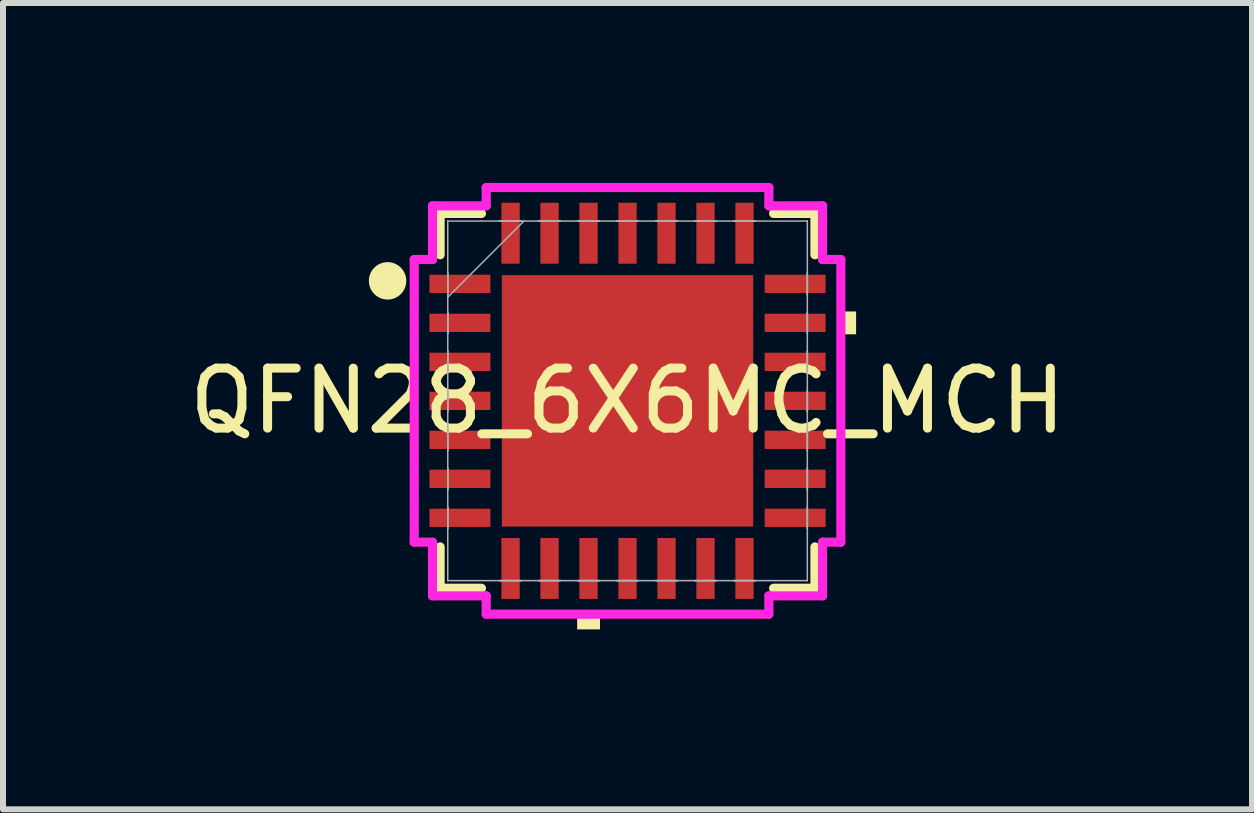
<source format=kicad_pcb>
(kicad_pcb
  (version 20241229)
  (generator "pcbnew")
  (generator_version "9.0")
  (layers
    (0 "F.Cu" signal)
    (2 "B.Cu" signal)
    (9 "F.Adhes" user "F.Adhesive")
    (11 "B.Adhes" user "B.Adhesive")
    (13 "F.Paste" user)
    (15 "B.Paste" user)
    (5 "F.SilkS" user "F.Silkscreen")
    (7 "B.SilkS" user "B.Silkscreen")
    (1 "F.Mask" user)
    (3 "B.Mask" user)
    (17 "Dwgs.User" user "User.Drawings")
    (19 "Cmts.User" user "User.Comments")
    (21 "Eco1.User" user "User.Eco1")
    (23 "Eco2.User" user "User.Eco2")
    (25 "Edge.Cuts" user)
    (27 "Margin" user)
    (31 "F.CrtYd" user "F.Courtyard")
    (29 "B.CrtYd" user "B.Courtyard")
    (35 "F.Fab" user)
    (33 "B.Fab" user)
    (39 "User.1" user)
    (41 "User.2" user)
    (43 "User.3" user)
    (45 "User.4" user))
  (footprint "QFN28_6X6MC_MCH"
    (layer "F.Cu")
    (at 7.411 3.632)
    (property "Reference" "QFN28_6X6MC_MCH" (at 0 0 0) (unlocked yes) (layer "F.SilkS") (effects (font (size 1 1) (thickness 0.15))))
    (attr smd)
    (fp_line (start -3.124 -3.124) (end -3.124 -2.435) (stroke (width 0.152) (type solid)) (layer "F.SilkS"))
    (fp_line (start -3.124 2.435) (end -3.124 3.124) (stroke (width 0.152) (type solid)) (layer "F.SilkS"))
    (fp_line (start -3.124 3.124) (end -2.435 3.124) (stroke (width 0.152) (type solid)) (layer "F.SilkS"))
    (fp_line (start -2.435 -3.124) (end -3.124 -3.124) (stroke (width 0.152) (type solid)) (layer "F.SilkS"))
    (fp_line (start 2.435 3.124) (end 3.124 3.124) (stroke (width 0.152) (type solid)) (layer "F.SilkS"))
    (fp_line (start 3.124 -3.124) (end 2.435 -3.124) (stroke (width 0.152) (type solid)) (layer "F.SilkS"))
    (fp_line (start 3.124 -2.435) (end 3.124 -3.124) (stroke (width 0.152) (type solid)) (layer "F.SilkS"))
    (fp_line (start 3.124 3.124) (end 3.124 2.435) (stroke (width 0.152) (type solid)) (layer "F.SilkS"))
    (fp_circle (center -4 -2) (end -3.738 -2) (stroke (width 0.1) (type solid)) (fill yes) (layer "F.SilkS"))
    (fp_poly (pts (xy -0.84 3.556) (xy -0.84 3.81) (xy -0.459 3.81) (xy -0.459 3.556)) (stroke (width 0) (type solid)) (fill yes) (layer "F.SilkS"))
    (fp_poly (pts (xy 3.81 -1.49) (xy 3.81 -1.109) (xy 3.556 -1.109) (xy 3.556 -1.49)) (stroke (width 0) (type solid)) (fill yes) (layer "F.SilkS"))
    (fp_poly (pts (xy -1.996 -1.996) (xy -1.996 -0.798) (xy -0.798 -0.798) (xy -0.798 -1.996)) (stroke (width 0) (type solid)) (fill yes) (layer "F.Paste"))
    (fp_poly (pts (xy -1.996 -0.599) (xy -1.996 0.599) (xy -0.798 0.599) (xy -0.798 -0.599)) (stroke (width 0) (type solid)) (fill yes) (layer "F.Paste"))
    (fp_poly (pts (xy -1.996 0.798) (xy -1.996 1.996) (xy -0.798 1.996) (xy -0.798 0.798)) (stroke (width 0) (type solid)) (fill yes) (layer "F.Paste"))
    (fp_poly (pts (xy -0.599 -1.996) (xy -0.599 -0.798) (xy 0.599 -0.798) (xy 0.599 -1.996)) (stroke (width 0) (type solid)) (fill yes) (layer "F.Paste"))
    (fp_poly (pts (xy -0.599 -0.599) (xy -0.599 0.599) (xy 0.599 0.599) (xy 0.599 -0.599)) (stroke (width 0) (type solid)) (fill yes) (layer "F.Paste"))
    (fp_poly (pts (xy -0.599 0.798) (xy -0.599 1.996) (xy 0.599 1.996) (xy 0.599 0.798)) (stroke (width 0) (type solid)) (fill yes) (layer "F.Paste"))
    (fp_poly (pts (xy 0.798 -1.996) (xy 0.798 -0.798) (xy 1.996 -0.798) (xy 1.996 -1.996)) (stroke (width 0) (type solid)) (fill yes) (layer "F.Paste"))
    (fp_poly (pts (xy 0.798 -0.599) (xy 0.798 0.599) (xy 1.996 0.599) (xy 1.996 -0.599)) (stroke (width 0) (type solid)) (fill yes) (layer "F.Paste"))
    (fp_poly (pts (xy 0.798 0.798) (xy 0.798 1.996) (xy 1.996 1.996) (xy 1.996 0.798)) (stroke (width 0) (type solid)) (fill yes) (layer "F.Paste"))
    (fp_line (start -3.556 -2.356) (end -3.251 -2.356) (stroke (width 0.152) (type solid)) (layer "F.CrtYd"))
    (fp_line (start -3.556 2.356) (end -3.556 -2.356) (stroke (width 0.152) (type solid)) (layer "F.CrtYd"))
    (fp_line (start -3.251 -3.251) (end -2.356 -3.251) (stroke (width 0.152) (type solid)) (layer "F.CrtYd"))
    (fp_line (start -3.251 -2.356) (end -3.251 -3.251) (stroke (width 0.152) (type solid)) (layer "F.CrtYd"))
    (fp_line (start -3.251 2.356) (end -3.556 2.356) (stroke (width 0.152) (type solid)) (layer "F.CrtYd"))
    (fp_line (start -3.251 3.251) (end -3.251 2.356) (stroke (width 0.152) (type solid)) (layer "F.CrtYd"))
    (fp_line (start -2.356 -3.556) (end 2.356 -3.556) (stroke (width 0.152) (type solid)) (layer "F.CrtYd"))
    (fp_line (start -2.356 -3.251) (end -2.356 -3.556) (stroke (width 0.152) (type solid)) (layer "F.CrtYd"))
    (fp_line (start -2.356 3.251) (end -3.251 3.251) (stroke (width 0.152) (type solid)) (layer "F.CrtYd"))
    (fp_line (start -2.356 3.556) (end -2.356 3.251) (stroke (width 0.152) (type solid)) (layer "F.CrtYd"))
    (fp_line (start 2.356 -3.556) (end 2.356 -3.251) (stroke (width 0.152) (type solid)) (layer "F.CrtYd"))
    (fp_line (start 2.356 -3.251) (end 3.251 -3.251) (stroke (width 0.152) (type solid)) (layer "F.CrtYd"))
    (fp_line (start 2.356 3.251) (end 2.356 3.556) (stroke (width 0.152) (type solid)) (layer "F.CrtYd"))
    (fp_line (start 2.356 3.556) (end -2.356 3.556) (stroke (width 0.152) (type solid)) (layer "F.CrtYd"))
    (fp_line (start 3.251 -3.251) (end 3.251 -2.356) (stroke (width 0.152) (type solid)) (layer "F.CrtYd"))
    (fp_line (start 3.251 -2.356) (end 3.556 -2.356) (stroke (width 0.152) (type solid)) (layer "F.CrtYd"))
    (fp_line (start 3.251 2.356) (end 3.251 3.251) (stroke (width 0.152) (type solid)) (layer "F.CrtYd"))
    (fp_line (start 3.251 3.251) (end 2.356 3.251) (stroke (width 0.152) (type solid)) (layer "F.CrtYd"))
    (fp_line (start 3.556 -2.356) (end 3.556 2.356) (stroke (width 0.152) (type solid)) (layer "F.CrtYd"))
    (fp_line (start 3.556 2.356) (end 3.251 2.356) (stroke (width 0.152) (type solid)) (layer "F.CrtYd"))
    (fp_line (start -2.997 -2.997) (end -2.997 -2.997) (stroke (width 0.025) (type solid)) (layer "F.Fab"))
    (fp_line (start -2.997 -2.997) (end -2.997 2.997) (stroke (width 0.025) (type solid)) (layer "F.Fab"))
    (fp_line (start -2.997 -2.128) (end -2.997 -2.128) (stroke (width 0.025) (type solid)) (layer "F.Fab"))
    (fp_line (start -2.997 -2.128) (end -2.997 -1.772) (stroke (width 0.025) (type solid)) (layer "F.Fab"))
    (fp_line (start -2.997 -1.772) (end -2.997 -2.128) (stroke (width 0.025) (type solid)) (layer "F.Fab"))
    (fp_line (start -2.997 -1.772) (end -2.997 -1.772) (stroke (width 0.025) (type solid)) (layer "F.Fab"))
    (fp_line (start -2.997 -1.727) (end -1.727 -2.997) (stroke (width 0.025) (type solid)) (layer "F.Fab"))
    (fp_line (start -2.997 -1.478) (end -2.997 -1.478) (stroke (width 0.025) (type solid)) (layer "F.Fab"))
    (fp_line (start -2.997 -1.478) (end -2.997 -1.122) (stroke (width 0.025) (type solid)) (layer "F.Fab"))
    (fp_line (start -2.997 -1.122) (end -2.997 -1.478) (stroke (width 0.025) (type solid)) (layer "F.Fab"))
    (fp_line (start -2.997 -1.122) (end -2.997 -1.122) (stroke (width 0.025) (type solid)) (layer "F.Fab"))
    (fp_line (start -2.997 -0.828) (end -2.997 -0.828) (stroke (width 0.025) (type solid)) (layer "F.Fab"))
    (fp_line (start -2.997 -0.828) (end -2.997 -0.472) (stroke (width 0.025) (type solid)) (layer "F.Fab"))
    (fp_line (start -2.997 -0.472) (end -2.997 -0.828) (stroke (width 0.025) (type solid)) (layer "F.Fab"))
    (fp_line (start -2.997 -0.472) (end -2.997 -0.472) (stroke (width 0.025) (type solid)) (layer "F.Fab"))
    (fp_line (start -2.997 -0.178) (end -2.997 -0.178) (stroke (width 0.025) (type solid)) (layer "F.Fab"))
    (fp_line (start -2.997 -0.178) (end -2.997 0.178) (stroke (width 0.025) (type solid)) (layer "F.Fab"))
    (fp_line (start -2.997 0.178) (end -2.997 -0.178) (stroke (width 0.025) (type solid)) (layer "F.Fab"))
    (fp_line (start -2.997 0.178) (end -2.997 0.178) (stroke (width 0.025) (type solid)) (layer "F.Fab"))
    (fp_line (start -2.997 0.472) (end -2.997 0.472) (stroke (width 0.025) (type solid)) (layer "F.Fab"))
    (fp_line (start -2.997 0.472) (end -2.997 0.828) (stroke (width 0.025) (type solid)) (layer "F.Fab"))
    (fp_line (start -2.997 0.828) (end -2.997 0.472) (stroke (width 0.025) (type solid)) (layer "F.Fab"))
    (fp_line (start -2.997 0.828) (end -2.997 0.828) (stroke (width 0.025) (type solid)) (layer "F.Fab"))
    (fp_line (start -2.997 1.122) (end -2.997 1.122) (stroke (width 0.025) (type solid)) (layer "F.Fab"))
    (fp_line (start -2.997 1.122) (end -2.997 1.478) (stroke (width 0.025) (type solid)) (layer "F.Fab"))
    (fp_line (start -2.997 1.478) (end -2.997 1.122) (stroke (width 0.025) (type solid)) (layer "F.Fab"))
    (fp_line (start -2.997 1.478) (end -2.997 1.478) (stroke (width 0.025) (type solid)) (layer "F.Fab"))
    (fp_line (start -2.997 1.772) (end -2.997 1.772) (stroke (width 0.025) (type solid)) (layer "F.Fab"))
    (fp_line (start -2.997 1.772) (end -2.997 2.128) (stroke (width 0.025) (type solid)) (layer "F.Fab"))
    (fp_line (start -2.997 2.128) (end -2.997 1.772) (stroke (width 0.025) (type solid)) (layer "F.Fab"))
    (fp_line (start -2.997 2.128) (end -2.997 2.128) (stroke (width 0.025) (type solid)) (layer "F.Fab"))
    (fp_line (start -2.997 2.997) (end -2.997 2.997) (stroke (width 0.025) (type solid)) (layer "F.Fab"))
    (fp_line (start -2.997 2.997) (end 2.997 2.997) (stroke (width 0.025) (type solid)) (layer "F.Fab"))
    (fp_line (start -2.128 -2.997) (end -2.128 -2.997) (stroke (width 0.025) (type solid)) (layer "F.Fab"))
    (fp_line (start -2.128 -2.997) (end -1.772 -2.997) (stroke (width 0.025) (type solid)) (layer "F.Fab"))
    (fp_line (start -2.128 2.997) (end -2.128 2.997) (stroke (width 0.025) (type solid)) (layer "F.Fab"))
    (fp_line (start -2.128 2.997) (end -1.772 2.997) (stroke (width 0.025) (type solid)) (layer "F.Fab"))
    (fp_line (start -1.772 -2.997) (end -2.128 -2.997) (stroke (width 0.025) (type solid)) (layer "F.Fab"))
    (fp_line (start -1.772 -2.997) (end -1.772 -2.997) (stroke (width 0.025) (type solid)) (layer "F.Fab"))
    (fp_line (start -1.772 2.997) (end -2.128 2.997) (stroke (width 0.025) (type solid)) (layer "F.Fab"))
    (fp_line (start -1.772 2.997) (end -1.772 2.997) (stroke (width 0.025) (type solid)) (layer "F.Fab"))
    (fp_line (start -1.478 -2.997) (end -1.478 -2.997) (stroke (width 0.025) (type solid)) (layer "F.Fab"))
    (fp_line (start -1.478 -2.997) (end -1.122 -2.997) (stroke (width 0.025) (type solid)) (layer "F.Fab"))
    (fp_line (start -1.478 2.997) (end -1.478 2.997) (stroke (width 0.025) (type solid)) (layer "F.Fab"))
    (fp_line (start -1.478 2.997) (end -1.122 2.997) (stroke (width 0.025) (type solid)) (layer "F.Fab"))
    (fp_line (start -1.122 -2.997) (end -1.478 -2.997) (stroke (width 0.025) (type solid)) (layer "F.Fab"))
    (fp_line (start -1.122 -2.997) (end -1.122 -2.997) (stroke (width 0.025) (type solid)) (layer "F.Fab"))
    (fp_line (start -1.122 2.997) (end -1.478 2.997) (stroke (width 0.025) (type solid)) (layer "F.Fab"))
    (fp_line (start -1.122 2.997) (end -1.122 2.997) (stroke (width 0.025) (type solid)) (layer "F.Fab"))
    (fp_line (start -0.828 -2.997) (end -0.828 -2.997) (stroke (width 0.025) (type solid)) (layer "F.Fab"))
    (fp_line (start -0.828 -2.997) (end -0.472 -2.997) (stroke (width 0.025) (type solid)) (layer "F.Fab"))
    (fp_line (start -0.828 2.997) (end -0.828 2.997) (stroke (width 0.025) (type solid)) (layer "F.Fab"))
    (fp_line (start -0.828 2.997) (end -0.472 2.997) (stroke (width 0.025) (type solid)) (layer "F.Fab"))
    (fp_line (start -0.472 -2.997) (end -0.828 -2.997) (stroke (width 0.025) (type solid)) (layer "F.Fab"))
    (fp_line (start -0.472 -2.997) (end -0.472 -2.997) (stroke (width 0.025) (type solid)) (layer "F.Fab"))
    (fp_line (start -0.472 2.997) (end -0.828 2.997) (stroke (width 0.025) (type solid)) (layer "F.Fab"))
    (fp_line (start -0.472 2.997) (end -0.472 2.997) (stroke (width 0.025) (type solid)) (layer "F.Fab"))
    (fp_line (start -0.178 -2.997) (end -0.178 -2.997) (stroke (width 0.025) (type solid)) (layer "F.Fab"))
    (fp_line (start -0.178 -2.997) (end 0.178 -2.997) (stroke (width 0.025) (type solid)) (layer "F.Fab"))
    (fp_line (start -0.178 2.997) (end -0.178 2.997) (stroke (width 0.025) (type solid)) (layer "F.Fab"))
    (fp_line (start -0.178 2.997) (end 0.178 2.997) (stroke (width 0.025) (type solid)) (layer "F.Fab"))
    (fp_line (start 0.178 -2.997) (end -0.178 -2.997) (stroke (width 0.025) (type solid)) (layer "F.Fab"))
    (fp_line (start 0.178 -2.997) (end 0.178 -2.997) (stroke (width 0.025) (type solid)) (layer "F.Fab"))
    (fp_line (start 0.178 2.997) (end -0.178 2.997) (stroke (width 0.025) (type solid)) (layer "F.Fab"))
    (fp_line (start 0.178 2.997) (end 0.178 2.997) (stroke (width 0.025) (type solid)) (layer "F.Fab"))
    (fp_line (start 0.472 -2.997) (end 0.472 -2.997) (stroke (width 0.025) (type solid)) (layer "F.Fab"))
    (fp_line (start 0.472 -2.997) (end 0.828 -2.997) (stroke (width 0.025) (type solid)) (layer "F.Fab"))
    (fp_line (start 0.472 2.997) (end 0.472 2.997) (stroke (width 0.025) (type solid)) (layer "F.Fab"))
    (fp_line (start 0.472 2.997) (end 0.828 2.997) (stroke (width 0.025) (type solid)) (layer "F.Fab"))
    (fp_line (start 0.828 -2.997) (end 0.472 -2.997) (stroke (width 0.025) (type solid)) (layer "F.Fab"))
    (fp_line (start 0.828 -2.997) (end 0.828 -2.997) (stroke (width 0.025) (type solid)) (layer "F.Fab"))
    (fp_line (start 0.828 2.997) (end 0.472 2.997) (stroke (width 0.025) (type solid)) (layer "F.Fab"))
    (fp_line (start 0.828 2.997) (end 0.828 2.997) (stroke (width 0.025) (type solid)) (layer "F.Fab"))
    (fp_line (start 1.122 -2.997) (end 1.122 -2.997) (stroke (width 0.025) (type solid)) (layer "F.Fab"))
    (fp_line (start 1.122 -2.997) (end 1.478 -2.997) (stroke (width 0.025) (type solid)) (layer "F.Fab"))
    (fp_line (start 1.122 2.997) (end 1.122 2.997) (stroke (width 0.025) (type solid)) (layer "F.Fab"))
    (fp_line (start 1.122 2.997) (end 1.478 2.997) (stroke (width 0.025) (type solid)) (layer "F.Fab"))
    (fp_line (start 1.478 -2.997) (end 1.122 -2.997) (stroke (width 0.025) (type solid)) (layer "F.Fab"))
    (fp_line (start 1.478 -2.997) (end 1.478 -2.997) (stroke (width 0.025) (type solid)) (layer "F.Fab"))
    (fp_line (start 1.478 2.997) (end 1.122 2.997) (stroke (width 0.025) (type solid)) (layer "F.Fab"))
    (fp_line (start 1.478 2.997) (end 1.478 2.997) (stroke (width 0.025) (type solid)) (layer "F.Fab"))
    (fp_line (start 1.772 -2.997) (end 1.772 -2.997) (stroke (width 0.025) (type solid)) (layer "F.Fab"))
    (fp_line (start 1.772 -2.997) (end 2.128 -2.997) (stroke (width 0.025) (type solid)) (layer "F.Fab"))
    (fp_line (start 1.772 2.997) (end 1.772 2.997) (stroke (width 0.025) (type solid)) (layer "F.Fab"))
    (fp_line (start 1.772 2.997) (end 2.128 2.997) (stroke (width 0.025) (type solid)) (layer "F.Fab"))
    (fp_line (start 2.128 -2.997) (end 1.772 -2.997) (stroke (width 0.025) (type solid)) (layer "F.Fab"))
    (fp_line (start 2.128 -2.997) (end 2.128 -2.997) (stroke (width 0.025) (type solid)) (layer "F.Fab"))
    (fp_line (start 2.128 2.997) (end 1.772 2.997) (stroke (width 0.025) (type solid)) (layer "F.Fab"))
    (fp_line (start 2.128 2.997) (end 2.128 2.997) (stroke (width 0.025) (type solid)) (layer "F.Fab"))
    (fp_line (start 2.997 -2.997) (end -2.997 -2.997) (stroke (width 0.025) (type solid)) (layer "F.Fab"))
    (fp_line (start 2.997 -2.997) (end 2.997 -2.997) (stroke (width 0.025) (type solid)) (layer "F.Fab"))
    (fp_line (start 2.997 -2.128) (end 2.997 -2.128) (stroke (width 0.025) (type solid)) (layer "F.Fab"))
    (fp_line (start 2.997 -2.128) (end 2.997 -1.772) (stroke (width 0.025) (type solid)) (layer "F.Fab"))
    (fp_line (start 2.997 -1.772) (end 2.997 -2.128) (stroke (width 0.025) (type solid)) (layer "F.Fab"))
    (fp_line (start 2.997 -1.772) (end 2.997 -1.772) (stroke (width 0.025) (type solid)) (layer "F.Fab"))
    (fp_line (start 2.997 -1.478) (end 2.997 -1.478) (stroke (width 0.025) (type solid)) (layer "F.Fab"))
    (fp_line (start 2.997 -1.478) (end 2.997 -1.122) (stroke (width 0.025) (type solid)) (layer "F.Fab"))
    (fp_line (start 2.997 -1.122) (end 2.997 -1.478) (stroke (width 0.025) (type solid)) (layer "F.Fab"))
    (fp_line (start 2.997 -1.122) (end 2.997 -1.122) (stroke (width 0.025) (type solid)) (layer "F.Fab"))
    (fp_line (start 2.997 -0.828) (end 2.997 -0.828) (stroke (width 0.025) (type solid)) (layer "F.Fab"))
    (fp_line (start 2.997 -0.828) (end 2.997 -0.472) (stroke (width 0.025) (type solid)) (layer "F.Fab"))
    (fp_line (start 2.997 -0.472) (end 2.997 -0.828) (stroke (width 0.025) (type solid)) (layer "F.Fab"))
    (fp_line (start 2.997 -0.472) (end 2.997 -0.472) (stroke (width 0.025) (type solid)) (layer "F.Fab"))
    (fp_line (start 2.997 -0.178) (end 2.997 -0.178) (stroke (width 0.025) (type solid)) (layer "F.Fab"))
    (fp_line (start 2.997 -0.178) (end 2.997 0.178) (stroke (width 0.025) (type solid)) (layer "F.Fab"))
    (fp_line (start 2.997 0.178) (end 2.997 -0.178) (stroke (width 0.025) (type solid)) (layer "F.Fab"))
    (fp_line (start 2.997 0.178) (end 2.997 0.178) (stroke (width 0.025) (type solid)) (layer "F.Fab"))
    (fp_line (start 2.997 0.472) (end 2.997 0.472) (stroke (width 0.025) (type solid)) (layer "F.Fab"))
    (fp_line (start 2.997 0.472) (end 2.997 0.828) (stroke (width 0.025) (type solid)) (layer "F.Fab"))
    (fp_line (start 2.997 0.828) (end 2.997 0.472) (stroke (width 0.025) (type solid)) (layer "F.Fab"))
    (fp_line (start 2.997 0.828) (end 2.997 0.828) (stroke (width 0.025) (type solid)) (layer "F.Fab"))
    (fp_line (start 2.997 1.122) (end 2.997 1.122) (stroke (width 0.025) (type solid)) (layer "F.Fab"))
    (fp_line (start 2.997 1.122) (end 2.997 1.478) (stroke (width 0.025) (type solid)) (layer "F.Fab"))
    (fp_line (start 2.997 1.478) (end 2.997 1.122) (stroke (width 0.025) (type solid)) (layer "F.Fab"))
    (fp_line (start 2.997 1.478) (end 2.997 1.478) (stroke (width 0.025) (type solid)) (layer "F.Fab"))
    (fp_line (start 2.997 1.772) (end 2.997 1.772) (stroke (width 0.025) (type solid)) (layer "F.Fab"))
    (fp_line (start 2.997 1.772) (end 2.997 2.128) (stroke (width 0.025) (type solid)) (layer "F.Fab"))
    (fp_line (start 2.997 2.128) (end 2.997 1.772) (stroke (width 0.025) (type solid)) (layer "F.Fab"))
    (fp_line (start 2.997 2.128) (end 2.997 2.128) (stroke (width 0.025) (type solid)) (layer "F.Fab"))
    (fp_line (start 2.997 2.997) (end 2.997 -2.997) (stroke (width 0.025) (type solid)) (layer "F.Fab"))
    (fp_line (start 2.997 2.997) (end 2.997 2.997) (stroke (width 0.025) (type solid)) (layer "F.Fab"))
    (pad "1" smd rect (at -2.794 -1.95 90) (size 0.305 1.016) (layers "F.Cu" "F.Mask" "F.Paste"))
    (pad "2" smd rect (at -2.794 -1.3 90) (size 0.305 1.016) (layers "F.Cu" "F.Mask" "F.Paste"))
    (pad "3" smd rect (at -2.794 -0.65 90) (size 0.305 1.016) (layers "F.Cu" "F.Mask" "F.Paste"))
    (pad "4" smd rect (at -2.794 0 90) (size 0.305 1.016) (layers "F.Cu" "F.Mask" "F.Paste"))
    (pad "5" smd rect (at -2.794 0.65 90) (size 0.305 1.016) (layers "F.Cu" "F.Mask" "F.Paste"))
    (pad "6" smd rect (at -2.794 1.3 90) (size 0.305 1.016) (layers "F.Cu" "F.Mask" "F.Paste"))
    (pad "7" smd rect (at -2.794 1.95 90) (size 0.305 1.016) (layers "F.Cu" "F.Mask" "F.Paste"))
    (pad "8" smd rect (at -1.95 2.794) (size 0.305 1.016) (layers "F.Cu" "F.Mask" "F.Paste"))
    (pad "9" smd rect (at -1.3 2.794) (size 0.305 1.016) (layers "F.Cu" "F.Mask" "F.Paste"))
    (pad "10" smd rect (at -0.65 2.794) (size 0.305 1.016) (layers "F.Cu" "F.Mask" "F.Paste"))
    (pad "11" smd rect (at 0 2.794) (size 0.305 1.016) (layers "F.Cu" "F.Mask" "F.Paste"))
    (pad "12" smd rect (at 0.65 2.794) (size 0.305 1.016) (layers "F.Cu" "F.Mask" "F.Paste"))
    (pad "13" smd rect (at 1.3 2.794) (size 0.305 1.016) (layers "F.Cu" "F.Mask" "F.Paste"))
    (pad "14" smd rect (at 1.95 2.794) (size 0.305 1.016) (layers "F.Cu" "F.Mask" "F.Paste"))
    (pad "15" smd rect (at 2.794 1.95 90) (size 0.305 1.016) (layers "F.Cu" "F.Mask" "F.Paste"))
    (pad "16" smd rect (at 2.794 1.3 90) (size 0.305 1.016) (layers "F.Cu" "F.Mask" "F.Paste"))
    (pad "17" smd rect (at 2.794 0.65 90) (size 0.305 1.016) (layers "F.Cu" "F.Mask" "F.Paste"))
    (pad "18" smd rect (at 2.794 0 90) (size 0.305 1.016) (layers "F.Cu" "F.Mask" "F.Paste"))
    (pad "19" smd rect (at 2.794 -0.65 90) (size 0.305 1.016) (layers "F.Cu" "F.Mask" "F.Paste"))
    (pad "20" smd rect (at 2.794 -1.3 90) (size 0.305 1.016) (layers "F.Cu" "F.Mask" "F.Paste"))
    (pad "21" smd rect (at 2.794 -1.95 90) (size 0.305 1.016) (layers "F.Cu" "F.Mask" "F.Paste"))
    (pad "22" smd rect (at 1.95 -2.794) (size 0.305 1.016) (layers "F.Cu" "F.Mask" "F.Paste"))
    (pad "23" smd rect (at 1.3 -2.794) (size 0.305 1.016) (layers "F.Cu" "F.Mask" "F.Paste"))
    (pad "24" smd rect (at 0.65 -2.794) (size 0.305 1.016) (layers "F.Cu" "F.Mask" "F.Paste"))
    (pad "25" smd rect (at 0 -2.794) (size 0.305 1.016) (layers "F.Cu" "F.Mask" "F.Paste"))
    (pad "26" smd rect (at -0.65 -2.794) (size 0.305 1.016) (layers "F.Cu" "F.Mask" "F.Paste"))
    (pad "27" smd rect (at -1.3 -2.794) (size 0.305 1.016) (layers "F.Cu" "F.Mask" "F.Paste"))
    (pad "28" smd rect (at -1.95 -2.794) (size 0.305 1.016) (layers "F.Cu" "F.Mask" "F.Paste"))
    (pad "29" smd rect (at 0 0) (size 4.191 4.191) (layers "F.Cu" "F.Mask" "F.Paste")))
  (gr_rect
    (start -3 -3)
    (end 17.821 10.442)
    (stroke (width 0.1) (type default))
    (fill no)
    (layer "Edge.Cuts")))
</source>
